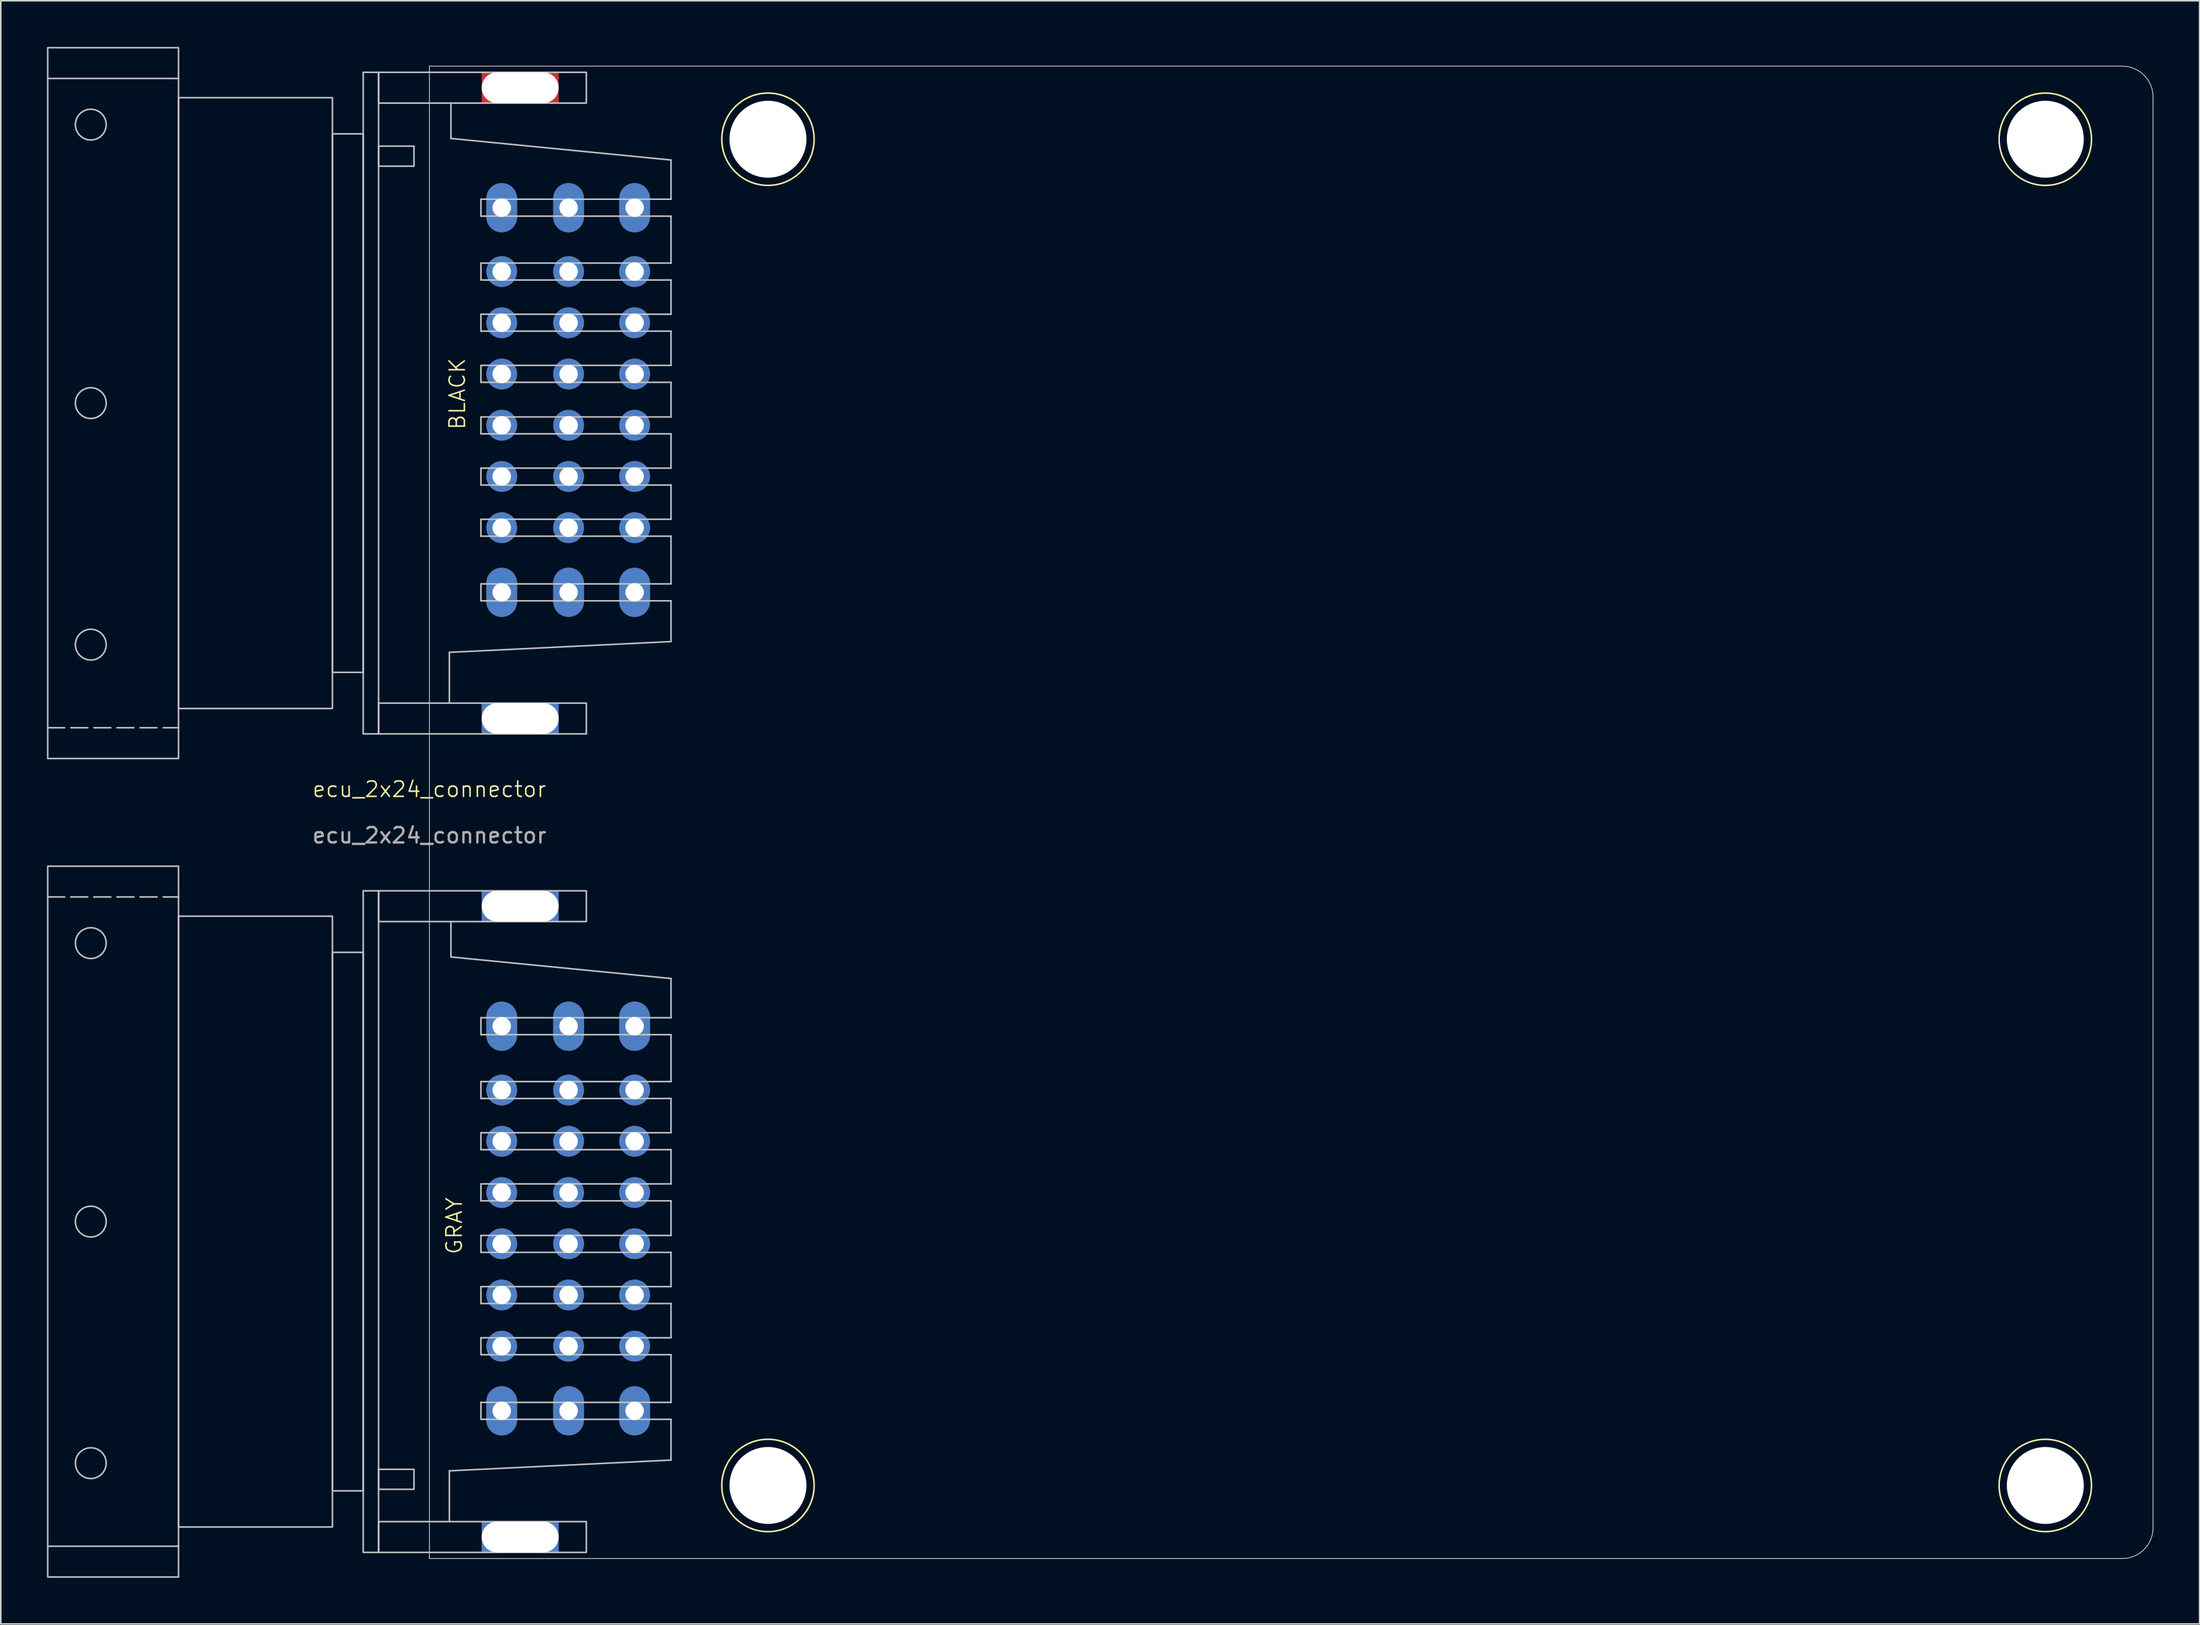
<source format=kicad_pcb>
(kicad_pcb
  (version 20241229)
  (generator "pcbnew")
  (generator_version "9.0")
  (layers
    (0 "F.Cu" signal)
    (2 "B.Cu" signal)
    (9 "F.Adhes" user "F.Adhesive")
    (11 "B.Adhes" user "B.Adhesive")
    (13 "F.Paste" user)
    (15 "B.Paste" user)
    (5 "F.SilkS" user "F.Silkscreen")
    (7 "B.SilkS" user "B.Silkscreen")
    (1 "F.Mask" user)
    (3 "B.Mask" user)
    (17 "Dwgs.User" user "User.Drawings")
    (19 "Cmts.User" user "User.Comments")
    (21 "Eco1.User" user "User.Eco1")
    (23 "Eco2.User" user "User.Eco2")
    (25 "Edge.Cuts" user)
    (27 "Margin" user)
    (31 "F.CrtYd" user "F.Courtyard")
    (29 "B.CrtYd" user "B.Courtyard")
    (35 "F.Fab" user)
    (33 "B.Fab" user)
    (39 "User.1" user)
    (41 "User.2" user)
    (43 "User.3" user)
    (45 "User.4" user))
  (footprint "ecu_2x24_connector"
    (layer "F.Cu")
    (at 24.85 49.75)
    (property "Reference" "ecu_2x24_connector" (at 0 -1.5 0) (unlocked yes) (layer "F.SilkS") (effects (font (size 1 1) (thickness 0.1))))
    (attr through_hole)
    (fp_circle (center 22 -43.75) (end 25 -43.75) (stroke (width 0.1) (type default)) (fill no) (layer "F.SilkS"))
    (fp_circle (center 22 43.75) (end 25.001 43.75) (stroke (width 0.1) (type default)) (fill no) (layer "F.SilkS"))
    (fp_circle (center 105 -43.75) (end 108 -43.75) (stroke (width 0.1) (type default)) (fill no) (layer "F.SilkS"))
    (fp_circle (center 105 43.75) (end 108 43.75) (stroke (width 0.1) (type default)) (fill no) (layer "F.SilkS"))
    (fp_line (start -24.8 -47.7) (end -16.3 -47.7) (stroke (width 0.1) (type default)) (layer "Dwgs.User"))
    (fp_line (start -24.8 -5.5) (end -16.3 -5.5) (stroke (width 0.1) (type dash)) (layer "Dwgs.User"))
    (fp_line (start -24.8 5.5) (end -16.3 5.5) (stroke (width 0.1) (type dash)) (layer "Dwgs.User"))
    (fp_line (start -24.8 47.7) (end -16.3 47.7) (stroke (width 0.1) (type default)) (layer "Dwgs.User"))
    (fp_line (start 1.3 -7.1) (end 1.3 -10.4) (stroke (width 0.1) (type default)) (layer "Dwgs.User"))
    (fp_line (start 1.3 46.1) (end 1.3 42.8) (stroke (width 0.1) (type default)) (layer "Dwgs.User"))
    (fp_line (start 1.4 -46.1) (end 1.4 -43.8) (stroke (width 0.1) (type default)) (layer "Dwgs.User"))
    (fp_line (start 1.4 -43.8) (end 15.7 -42.4) (stroke (width 0.1) (type default)) (layer "Dwgs.User"))
    (fp_line (start 1.4 7.1) (end 1.4 9.4) (stroke (width 0.1) (type default)) (layer "Dwgs.User"))
    (fp_line (start 1.4 9.4) (end 15.7 10.8) (stroke (width 0.1) (type default)) (layer "Dwgs.User"))
    (fp_line (start 3.35 -39.85) (end 3.35 -38.75) (stroke (width 0.1) (type default)) (layer "Dwgs.User"))
    (fp_line (start 3.35 -35.7) (end 3.35 -34.6) (stroke (width 0.1) (type default)) (layer "Dwgs.User"))
    (fp_line (start 3.35 -32.375) (end 3.35 -31.275) (stroke (width 0.1) (type default)) (layer "Dwgs.User"))
    (fp_line (start 3.35 -29.05) (end 3.35 -27.95) (stroke (width 0.1) (type default)) (layer "Dwgs.User"))
    (fp_line (start 3.35 -25.7) (end 3.35 -24.6) (stroke (width 0.1) (type default)) (layer "Dwgs.User"))
    (fp_line (start 3.35 -22.375) (end 3.35 -21.275) (stroke (width 0.1) (type default)) (layer "Dwgs.User"))
    (fp_line (start 3.35 -19.05) (end 3.35 -17.95) (stroke (width 0.1) (type default)) (layer "Dwgs.User"))
    (fp_line (start 3.35 -14.85) (end 3.35 -13.75) (stroke (width 0.1) (type default)) (layer "Dwgs.User"))
    (fp_line (start 3.35 13.35) (end 3.35 14.45) (stroke (width 0.1) (type default)) (layer "Dwgs.User"))
    (fp_line (start 3.35 17.5) (end 3.35 18.6) (stroke (width 0.1) (type default)) (layer "Dwgs.User"))
    (fp_line (start 3.35 20.825) (end 3.35 21.925) (stroke (width 0.1) (type default)) (layer "Dwgs.User"))
    (fp_line (start 3.35 24.15) (end 3.35 25.25) (stroke (width 0.1) (type default)) (layer "Dwgs.User"))
    (fp_line (start 3.35 27.5) (end 3.35 28.6) (stroke (width 0.1) (type default)) (layer "Dwgs.User"))
    (fp_line (start 3.35 30.825) (end 3.35 31.925) (stroke (width 0.1) (type default)) (layer "Dwgs.User"))
    (fp_line (start 3.35 34.15) (end 3.35 35.25) (stroke (width 0.1) (type default)) (layer "Dwgs.User"))
    (fp_line (start 3.35 38.35) (end 3.35 39.45) (stroke (width 0.1) (type default)) (layer "Dwgs.User"))
    (fp_line (start 15.7 -39.85) (end 3.35 -39.85) (stroke (width 0.1) (type default)) (layer "Dwgs.User"))
    (fp_line (start 15.7 -39.85) (end 15.7 -42.4) (stroke (width 0.1) (type default)) (layer "Dwgs.User"))
    (fp_line (start 15.7 -38.75) (end 3.35 -38.75) (stroke (width 0.1) (type default)) (layer "Dwgs.User"))
    (fp_line (start 15.7 -35.7) (end 3.35 -35.7) (stroke (width 0.1) (type default)) (layer "Dwgs.User"))
    (fp_line (start 15.7 -35.7) (end 15.7 -38.75) (stroke (width 0.1) (type default)) (layer "Dwgs.User"))
    (fp_line (start 15.7 -34.6) (end 3.35 -34.6) (stroke (width 0.1) (type default)) (layer "Dwgs.User"))
    (fp_line (start 15.7 -32.375) (end 3.35 -32.375) (stroke (width 0.1) (type default)) (layer "Dwgs.User"))
    (fp_line (start 15.7 -32.375) (end 15.7 -34.6) (stroke (width 0.1) (type default)) (layer "Dwgs.User"))
    (fp_line (start 15.7 -31.275) (end 3.35 -31.275) (stroke (width 0.1) (type default)) (layer "Dwgs.User"))
    (fp_line (start 15.7 -29.05) (end 3.35 -29.05) (stroke (width 0.1) (type default)) (layer "Dwgs.User"))
    (fp_line (start 15.7 -29.05) (end 15.7 -31.275) (stroke (width 0.1) (type default)) (layer "Dwgs.User"))
    (fp_line (start 15.7 -27.95) (end 3.35 -27.95) (stroke (width 0.1) (type default)) (layer "Dwgs.User"))
    (fp_line (start 15.7 -25.7) (end 3.35 -25.7) (stroke (width 0.1) (type default)) (layer "Dwgs.User"))
    (fp_line (start 15.7 -25.7) (end 15.7 -27.95) (stroke (width 0.1) (type default)) (layer "Dwgs.User"))
    (fp_line (start 15.7 -24.6) (end 3.35 -24.6) (stroke (width 0.1) (type default)) (layer "Dwgs.User"))
    (fp_line (start 15.7 -22.375) (end 3.35 -22.375) (stroke (width 0.1) (type default)) (layer "Dwgs.User"))
    (fp_line (start 15.7 -22.375) (end 15.7 -24.6) (stroke (width 0.1) (type default)) (layer "Dwgs.User"))
    (fp_line (start 15.7 -21.275) (end 3.35 -21.275) (stroke (width 0.1) (type default)) (layer "Dwgs.User"))
    (fp_line (start 15.7 -19.05) (end 3.35 -19.05) (stroke (width 0.1) (type default)) (layer "Dwgs.User"))
    (fp_line (start 15.7 -19.05) (end 15.7 -21.275) (stroke (width 0.1) (type default)) (layer "Dwgs.User"))
    (fp_line (start 15.7 -17.95) (end 3.35 -17.95) (stroke (width 0.1) (type default)) (layer "Dwgs.User"))
    (fp_line (start 15.7 -14.85) (end 3.35 -14.85) (stroke (width 0.1) (type default)) (layer "Dwgs.User"))
    (fp_line (start 15.7 -14.85) (end 15.7 -17.95) (stroke (width 0.1) (type default)) (layer "Dwgs.User"))
    (fp_line (start 15.7 -13.75) (end 3.35 -13.75) (stroke (width 0.1) (type default)) (layer "Dwgs.User"))
    (fp_line (start 15.7 -11.1) (end 1.3 -10.4) (stroke (width 0.1) (type default)) (layer "Dwgs.User"))
    (fp_line (start 15.7 -11.1) (end 15.7 -13.75) (stroke (width 0.1) (type default)) (layer "Dwgs.User"))
    (fp_line (start 15.7 13.35) (end 3.35 13.35) (stroke (width 0.1) (type default)) (layer "Dwgs.User"))
    (fp_line (start 15.7 13.35) (end 15.7 10.8) (stroke (width 0.1) (type default)) (layer "Dwgs.User"))
    (fp_line (start 15.7 14.45) (end 3.35 14.45) (stroke (width 0.1) (type default)) (layer "Dwgs.User"))
    (fp_line (start 15.7 17.5) (end 3.35 17.5) (stroke (width 0.1) (type default)) (layer "Dwgs.User"))
    (fp_line (start 15.7 17.5) (end 15.7 14.45) (stroke (width 0.1) (type default)) (layer "Dwgs.User"))
    (fp_line (start 15.7 18.6) (end 3.35 18.6) (stroke (width 0.1) (type default)) (layer "Dwgs.User"))
    (fp_line (start 15.7 20.825) (end 3.35 20.825) (stroke (width 0.1) (type default)) (layer "Dwgs.User"))
    (fp_line (start 15.7 20.825) (end 15.7 18.6) (stroke (width 0.1) (type default)) (layer "Dwgs.User"))
    (fp_line (start 15.7 21.925) (end 3.35 21.925) (stroke (width 0.1) (type default)) (layer "Dwgs.User"))
    (fp_line (start 15.7 24.15) (end 3.35 24.15) (stroke (width 0.1) (type default)) (layer "Dwgs.User"))
    (fp_line (start 15.7 24.15) (end 15.7 21.925) (stroke (width 0.1) (type default)) (layer "Dwgs.User"))
    (fp_line (start 15.7 25.25) (end 3.35 25.25) (stroke (width 0.1) (type default)) (layer "Dwgs.User"))
    (fp_line (start 15.7 27.5) (end 3.35 27.5) (stroke (width 0.1) (type default)) (layer "Dwgs.User"))
    (fp_line (start 15.7 27.5) (end 15.7 25.25) (stroke (width 0.1) (type default)) (layer "Dwgs.User"))
    (fp_line (start 15.7 28.6) (end 3.35 28.6) (stroke (width 0.1) (type default)) (layer "Dwgs.User"))
    (fp_line (start 15.7 30.825) (end 3.35 30.825) (stroke (width 0.1) (type default)) (layer "Dwgs.User"))
    (fp_line (start 15.7 30.825) (end 15.7 28.6) (stroke (width 0.1) (type default)) (layer "Dwgs.User"))
    (fp_line (start 15.7 31.925) (end 3.35 31.925) (stroke (width 0.1) (type default)) (layer "Dwgs.User"))
    (fp_line (start 15.7 34.15) (end 3.35 34.15) (stroke (width 0.1) (type default)) (layer "Dwgs.User"))
    (fp_line (start 15.7 34.15) (end 15.7 31.925) (stroke (width 0.1) (type default)) (layer "Dwgs.User"))
    (fp_line (start 15.7 35.25) (end 3.35 35.25) (stroke (width 0.1) (type default)) (layer "Dwgs.User"))
    (fp_line (start 15.7 38.35) (end 3.35 38.35) (stroke (width 0.1) (type default)) (layer "Dwgs.User"))
    (fp_line (start 15.7 38.35) (end 15.7 35.25) (stroke (width 0.1) (type default)) (layer "Dwgs.User"))
    (fp_line (start 15.7 39.45) (end 3.35 39.45) (stroke (width 0.1) (type default)) (layer "Dwgs.User"))
    (fp_line (start 15.7 42.1) (end 1.3 42.8) (stroke (width 0.1) (type default)) (layer "Dwgs.User"))
    (fp_line (start 15.7 42.1) (end 15.7 39.45) (stroke (width 0.1) (type default)) (layer "Dwgs.User"))
    (fp_rect (start -24.8 -3.5) (end -16.3 -49.7) (stroke (width 0.1) (type default)) (fill no) (layer "Dwgs.User"))
    (fp_rect (start -24.8 49.7) (end -16.3 3.5) (stroke (width 0.1) (type default)) (fill no) (layer "Dwgs.User"))
    (fp_rect (start -16.3 -6.75) (end -6.3 -46.45) (stroke (width 0.1) (type default)) (fill no) (layer "Dwgs.User"))
    (fp_rect (start -16.3 46.45) (end -6.3 6.75) (stroke (width 0.1) (type default)) (fill no) (layer "Dwgs.User"))
    (fp_rect (start -6.3 -9.1) (end -4.3 -44.1) (stroke (width 0.1) (type default)) (fill no) (layer "Dwgs.User"))
    (fp_rect (start -6.3 44.1) (end -4.3 9.1) (stroke (width 0.1) (type default)) (fill no) (layer "Dwgs.User"))
    (fp_rect (start -4.3 -5.1) (end -3.3 -48.1) (stroke (width 0.1) (type default)) (fill no) (layer "Dwgs.User"))
    (fp_rect (start -4.3 48.1) (end -3.3 5.1) (stroke (width 0.1) (type default)) (fill no) (layer "Dwgs.User"))
    (fp_rect (start -3.3 -46.1) (end 10.2 -48.1) (stroke (width 0.1) (type default)) (fill no) (layer "Dwgs.User"))
    (fp_rect (start -3.3 -43.3) (end -1 -42) (stroke (width 0.1) (type default)) (fill no) (layer "Dwgs.User"))
    (fp_rect (start -3.3 -5.1) (end 10.2 -7.1) (stroke (width 0.1) (type default)) (fill no) (layer "Dwgs.User"))
    (fp_rect (start -3.3 7.1) (end 10.2 5.1) (stroke (width 0.1) (type default)) (fill no) (layer "Dwgs.User"))
    (fp_rect (start -3.3 42.7) (end -1 44) (stroke (width 0.1) (type default)) (fill no) (layer "Dwgs.User"))
    (fp_rect (start -3.3 48.1) (end 10.2 46.1) (stroke (width 0.1) (type default)) (fill no) (layer "Dwgs.User"))
    (fp_circle (center -22 -44.7) (end -21 -44.7) (stroke (width 0.1) (type default)) (fill no) (layer "Dwgs.User"))
    (fp_circle (center -22 -26.6) (end -21 -26.6) (stroke (width 0.1) (type default)) (fill no) (layer "Dwgs.User"))
    (fp_circle (center -22 -10.9) (end -21 -10.9) (stroke (width 0.1) (type default)) (fill no) (layer "Dwgs.User"))
    (fp_circle (center -22 8.5) (end -21 8.5) (stroke (width 0.1) (type default)) (fill no) (layer "Dwgs.User"))
    (fp_circle (center -22 26.6) (end -21 26.6) (stroke (width 0.1) (type default)) (fill no) (layer "Dwgs.User"))
    (fp_circle (center -22 42.3) (end -21 42.3) (stroke (width 0.1) (type default)) (fill no) (layer "Dwgs.User"))
    (fp_line (start 0 -48.5) (end 0 48.5) (stroke (width 0.05) (type default)) (layer "Edge.Cuts"))
    (fp_line (start 0 48.5) (end 110 48.5) (stroke (width 0.05) (type solid)) (layer "Edge.Cuts"))
    (fp_line (start 110 -48.5) (end 0 -48.5) (stroke (width 0.05) (type solid)) (layer "Edge.Cuts"))
    (fp_line (start 112 46.5) (end 112 -46.5) (stroke (width 0.05) (type solid)) (layer "Edge.Cuts"))
    (fp_arc (start 110 -48.5) (mid 111.414214 -47.914214) (end 112 -46.5) (stroke (width 0.05) (type solid)) (layer "Edge.Cuts"))
    (fp_arc (start 112 46.5) (mid 111.414214 47.914214) (end 110 48.5) (stroke (width 0.05) (type solid)) (layer "Edge.Cuts"))
    (fp_text user "BLACK" (at 2.4 -24.8 90) (unlocked yes) (layer "F.SilkS") (effects (font (size 1 1) (thickness 0.1)) (justify left bottom)))
    (fp_text user "GRAY" (at 2.2 28.8 90) (unlocked yes) (layer "F.SilkS") (effects (font (size 1 1) (thickness 0.1)) (justify left bottom)))
    (fp_text user "${REFERENCE}" (at 0 1.5 0) (unlocked yes) (layer "F.Fab") (effects (font (size 1 1) (thickness 0.15))))
    (pad "" np_thru_hole rect (at 5.9 -47.1) (size 5 2) (drill oval 6 2) (layers "*.Mask" "F.Cu"))
    (pad "" np_thru_hole rect (at 5.9 -6.1) (size 5 2) (drill oval 6 2) (layers "*.Cu" "*.Mask"))
    (pad "" np_thru_hole rect (at 5.9 6.1) (size 5 2) (drill oval 6 2) (layers "*.Cu" "*.Mask"))
    (pad "" np_thru_hole rect (at 5.9 47.1) (size 5 2) (drill oval 6 2) (layers "*.Cu" "*.Mask"))
    (pad "" np_thru_hole circle (at 22 -43.75) (size 5 5) (drill 5) (layers "*.Cu" "*.Mask"))
    (pad "" np_thru_hole circle (at 22 43.75) (size 5 5) (drill 5) (layers "*.Cu" "*.Mask"))
    (pad "" np_thru_hole circle (at 105 -43.75) (size 5 5) (drill 5) (layers "*.Cu" "*.Mask"))
    (pad "" np_thru_hole circle (at 105 43.75) (size 5 5) (drill 5) (layers "*.Cu" "*.Mask"))
    (pad "B_A1" thru_hole oval (at 13.336 -14.3 90) (size 3.2 2) (drill 1.2) (layers "*.Cu" "*.Paste" "*.Mask"))
    (pad "B_A2" thru_hole circle (at 13.336 -18.5 90) (size 2 2) (drill 1.2) (layers "*.Cu" "*.Paste" "*.Mask"))
    (pad "B_A3" thru_hole circle (at 13.336 -21.83 90) (size 2 2) (drill 1.2) (layers "*.Cu" "*.Paste" "*.Mask"))
    (pad "B_A4" thru_hole circle (at 13.336 -25.16 90) (size 2 2) (drill 1.2) (layers "*.Cu" "*.Paste" "*.Mask"))
    (pad "B_A5" thru_hole circle (at 13.336 -28.49 90) (size 2 2) (drill 1.2) (layers "*.Cu" "*.Paste" "*.Mask"))
    (pad "B_A6" thru_hole circle (at 13.336 -31.82 90) (size 2 2) (drill 1.2) (layers "*.Cu" "*.Paste" "*.Mask"))
    (pad "B_A7" thru_hole circle (at 13.336 -35.15 90) (size 2 2) (drill 1.2) (layers "*.Cu" "*.Paste" "*.Mask"))
    (pad "B_A8" thru_hole oval (at 13.336 -39.3 90) (size 3.2 2) (drill 1.2) (layers "*.Cu" "*.Paste" "*.Mask"))
    (pad "B_B1" thru_hole oval (at 9.045 -14.304 90) (size 3.2 2) (drill 1.2) (layers "*.Cu" "*.Paste" "*.Mask"))
    (pad "B_B2" thru_hole circle (at 9.045 -18.5 90) (size 2 2) (drill 1.2) (layers "*.Cu" "*.Paste" "*.Mask"))
    (pad "B_B3" thru_hole circle (at 9.045 -21.83 90) (size 2 2) (drill 1.2) (layers "*.Cu" "*.Paste" "*.Mask"))
    (pad "B_B4" thru_hole circle (at 9.045 -25.16 90) (size 2 2) (drill 1.2) (layers "*.Cu" "*.Paste" "*.Mask"))
    (pad "B_B5" thru_hole circle (at 9.045 -28.49 90) (size 2 2) (drill 1.2) (layers "*.Cu" "*.Paste" "*.Mask"))
    (pad "B_B6" thru_hole circle (at 9.045 -31.82 90) (size 2 2) (drill 1.2) (layers "*.Cu" "*.Paste" "*.Mask"))
    (pad "B_B7" thru_hole circle (at 9.045 -35.15 90) (size 2 2) (drill 1.2) (layers "*.Cu" "*.Paste" "*.Mask"))
    (pad "B_B8" thru_hole oval (at 9.045 -39.3 90) (size 3.2 2) (drill 1.2) (layers "*.Cu" "*.Paste" "*.Mask"))
    (pad "B_C1" thru_hole oval (at 4.7 -14.3 90) (size 3.2 2) (drill 1.2) (layers "*.Cu" "*.Paste" "*.Mask"))
    (pad "B_C2" thru_hole circle (at 4.7 -18.5 90) (size 2 2) (drill 1.2) (layers "*.Cu" "*.Paste" "*.Mask"))
    (pad "B_C3" thru_hole circle (at 4.7 -21.83 90) (size 2 2) (drill 1.2) (layers "*.Cu" "*.Paste" "*.Mask"))
    (pad "B_C4" thru_hole circle (at 4.7 -25.16 90) (size 2 2) (drill 1.2) (layers "*.Cu" "*.Paste" "*.Mask"))
    (pad "B_C5" thru_hole circle (at 4.7 -28.49 90) (size 2 2) (drill 1.2) (layers "*.Cu" "*.Paste" "*.Mask"))
    (pad "B_C6" thru_hole circle (at 4.7 -31.82 90) (size 2 2) (drill 1.2) (layers "*.Cu" "*.Paste" "*.Mask"))
    (pad "B_C7" thru_hole circle (at 4.7 -35.15 90) (size 2 2) (drill 1.2) (layers "*.Cu" "*.Paste" "*.Mask"))
    (pad "B_C8" thru_hole oval (at 4.7 -39.3 90) (size 3.2 2) (drill 1.2) (layers "*.Cu" "*.Paste" "*.Mask"))
    (pad "G_A1" thru_hole oval (at 13.336 38.9 90) (size 3.2 2) (drill 1.2) (layers "*.Cu" "*.Paste" "*.Mask"))
    (pad "G_A2" thru_hole circle (at 13.336 34.7 90) (size 2 2) (drill 1.2) (layers "*.Cu" "*.Paste" "*.Mask"))
    (pad "G_A3" thru_hole circle (at 13.336 31.37 90) (size 2 2) (drill 1.2) (layers "*.Cu" "*.Paste" "*.Mask"))
    (pad "G_A4" thru_hole circle (at 13.336 28.04 90) (size 2 2) (drill 1.2) (layers "*.Cu" "*.Paste" "*.Mask"))
    (pad "G_A5" thru_hole circle (at 13.336 24.71 90) (size 2 2) (drill 1.2) (layers "*.Cu" "*.Paste" "*.Mask"))
    (pad "G_A6" thru_hole circle (at 13.336 21.38 90) (size 2 2) (drill 1.2) (layers "*.Cu" "*.Paste" "*.Mask"))
    (pad "G_A7" thru_hole circle (at 13.336 18.05 90) (size 2 2) (drill 1.2) (layers "*.Cu" "*.Paste" "*.Mask"))
    (pad "G_A8" thru_hole oval (at 13.336 13.9 90) (size 3.2 2) (drill 1.2) (layers "*.Cu" "*.Paste" "*.Mask"))
    (pad "G_B1" thru_hole oval (at 9.045 38.896 90) (size 3.2 2) (drill 1.2) (layers "*.Cu" "*.Paste" "*.Mask"))
    (pad "G_B2" thru_hole circle (at 9.045 34.7 90) (size 2 2) (drill 1.2) (layers "*.Cu" "*.Paste" "*.Mask"))
    (pad "G_B3" thru_hole circle (at 9.045 31.37 90) (size 2 2) (drill 1.2) (layers "*.Cu" "*.Paste" "*.Mask"))
    (pad "G_B4" thru_hole circle (at 9.045 28.04 90) (size 2 2) (drill 1.2) (layers "*.Cu" "*.Paste" "*.Mask"))
    (pad "G_B5" thru_hole circle (at 9.045 24.71 90) (size 2 2) (drill 1.2) (layers "*.Cu" "*.Paste" "*.Mask"))
    (pad "G_B6" thru_hole circle (at 9.045 21.38 90) (size 2 2) (drill 1.2) (layers "*.Cu" "*.Paste" "*.Mask"))
    (pad "G_B7" thru_hole circle (at 9.045 18.05 90) (size 2 2) (drill 1.2) (layers "*.Cu" "*.Paste" "*.Mask"))
    (pad "G_B8" thru_hole oval (at 9.045 13.9 90) (size 3.2 2) (drill 1.2) (layers "*.Cu" "*.Paste" "*.Mask"))
    (pad "G_C1" thru_hole oval (at 4.7 38.9 90) (size 3.2 2) (drill 1.2) (layers "*.Cu" "*.Paste" "*.Mask"))
    (pad "G_C2" thru_hole circle (at 4.7 34.7 90) (size 2 2) (drill 1.2) (layers "*.Cu" "*.Paste" "*.Mask"))
    (pad "G_C3" thru_hole circle (at 4.7 31.37 90) (size 2 2) (drill 1.2) (layers "*.Cu" "*.Paste" "*.Mask"))
    (pad "G_C4" thru_hole circle (at 4.7 28.04 90) (size 2 2) (drill 1.2) (layers "*.Cu" "*.Paste" "*.Mask"))
    (pad "G_C5" thru_hole circle (at 4.7 24.71 90) (size 2 2) (drill 1.2) (layers "*.Cu" "*.Paste" "*.Mask"))
    (pad "G_C6" thru_hole circle (at 4.7 21.38 90) (size 2 2) (drill 1.2) (layers "*.Cu" "*.Paste" "*.Mask"))
    (pad "G_C7" thru_hole circle (at 4.7 18.05 90) (size 2 2) (drill 1.2) (layers "*.Cu" "*.Paste" "*.Mask"))
    (pad "G_C8" thru_hole oval (at 4.7 13.9 90) (size 3.2 2) (drill 1.2) (layers "*.Cu" "*.Paste" "*.Mask")))
  (gr_rect
    (start -3 -3)
    (end 139.875 102.5)
    (stroke (width 0.1) (type default))
    (fill no)
    (layer "Edge.Cuts")))
</source>
